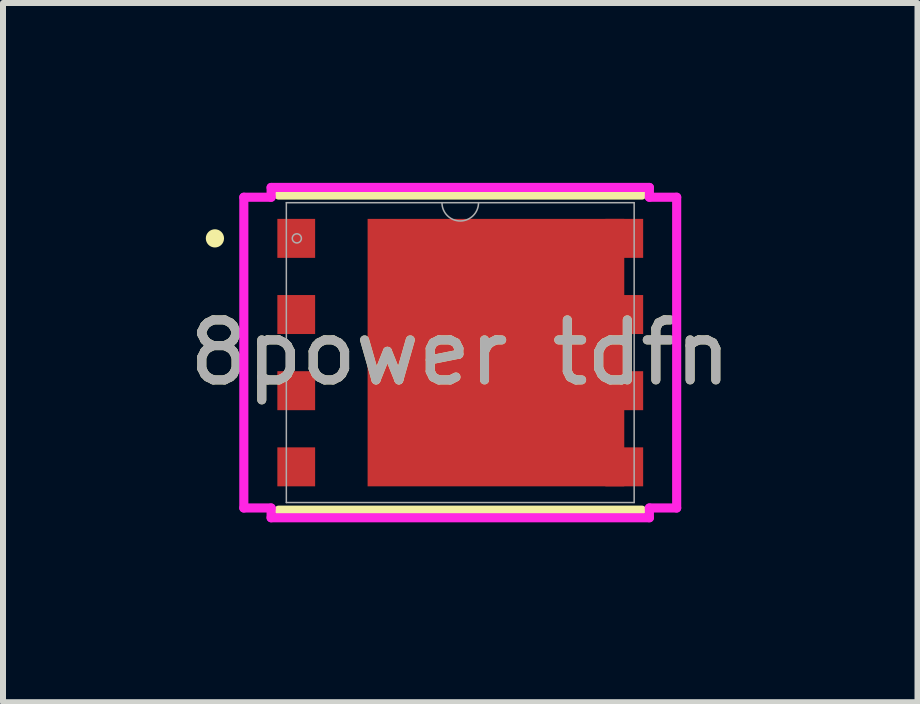
<source format=kicad_pcb>
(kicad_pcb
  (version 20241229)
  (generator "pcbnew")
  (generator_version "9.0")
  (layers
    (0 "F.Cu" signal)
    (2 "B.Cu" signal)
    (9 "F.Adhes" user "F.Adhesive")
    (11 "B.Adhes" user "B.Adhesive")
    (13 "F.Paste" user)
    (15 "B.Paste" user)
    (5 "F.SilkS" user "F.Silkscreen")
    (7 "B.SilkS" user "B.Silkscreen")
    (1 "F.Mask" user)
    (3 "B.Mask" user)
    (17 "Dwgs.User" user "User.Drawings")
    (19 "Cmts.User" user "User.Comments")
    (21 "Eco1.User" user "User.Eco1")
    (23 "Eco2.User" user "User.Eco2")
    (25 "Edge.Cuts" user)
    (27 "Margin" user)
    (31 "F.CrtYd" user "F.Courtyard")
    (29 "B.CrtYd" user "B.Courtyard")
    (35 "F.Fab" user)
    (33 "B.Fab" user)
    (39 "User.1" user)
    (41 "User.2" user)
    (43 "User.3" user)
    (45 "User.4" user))
  (footprint "8power tdfn"
    (layer "F.Cu")
    (at 4.625 2.83)
    (property "Reference" "8power tdfn" (at 0 0 0) (unlocked yes) (layer "F.SilkS") (effects (font (size 1 1) (thickness 0.15))))
    (attr smd)
    (fp_poly (pts (xy -3.12 -2.3) (xy -3.12 -1.51) (xy -2.35 -1.51) (xy -2.35 -2.3)) (stroke (width 0) (type solid)) (fill yes) (layer "F.Mask"))
    (fp_poly (pts (xy -3.12 -1.03) (xy -3.12 -0.24) (xy -2.35 -0.24) (xy -2.35 -1.03)) (stroke (width 0) (type solid)) (fill yes) (layer "F.Mask"))
    (fp_poly (pts (xy -3.12 0.24) (xy -3.12 1.03) (xy -2.35 1.03) (xy -2.35 0.24)) (stroke (width 0) (type solid)) (fill yes) (layer "F.Mask"))
    (fp_poly (pts (xy -3.12 1.51) (xy -3.12 2.3) (xy -2.35 2.3) (xy -2.35 1.51)) (stroke (width 0) (type solid)) (fill yes) (layer "F.Mask"))
    (fp_poly (pts (xy 2.35 -2.3) (xy 2.35 -1.51) (xy 3.12 -1.51) (xy 3.12 -2.3)) (stroke (width 0) (type solid)) (fill yes) (layer "F.Mask"))
    (fp_poly (pts (xy 2.35 -1.03) (xy 2.35 -0.24) (xy 3.12 -0.24) (xy 3.12 -1.03)) (stroke (width 0) (type solid)) (fill yes) (layer "F.Mask"))
    (fp_poly (pts (xy 2.35 0.24) (xy 2.35 1.03) (xy 3.12 1.03) (xy 3.12 0.24)) (stroke (width 0) (type solid)) (fill yes) (layer "F.Mask"))
    (fp_poly (pts (xy 2.35 1.51) (xy 2.35 2.3) (xy 3.12 2.3) (xy 3.12 1.51)) (stroke (width 0) (type solid)) (fill yes) (layer "F.Mask"))
    (fp_poly (pts (xy 2.745 -2.23) (xy -1.545 -2.23) (xy -1.545 0) (xy 2.745 0)) (stroke (width 0) (type solid)) (fill yes) (layer "F.Mask"))
    (fp_poly (pts (xy 2.745 2.23) (xy -1.545 2.23) (xy -1.545 0) (xy 2.745 0)) (stroke (width 0) (type solid)) (fill yes) (layer "F.Mask"))
    (fp_line (start -3.027 2.627) (end 3.027 2.627) (stroke (width 0.152) (type solid)) (layer "F.SilkS"))
    (fp_line (start 3.027 -2.627) (end -3.027 -2.627) (stroke (width 0.152) (type solid)) (layer "F.SilkS"))
    (fp_circle (center -4.091 -1.905) (end -4.015 -1.905) (stroke (width 0.152) (type solid)) (fill no) (layer "F.SilkS"))
    (fp_poly (pts (xy -0.18 -0.31) (xy -1.415 -0.31) (xy -1.415 -1.88) (xy -0.18 -1.88)) (stroke (width 0) (type solid)) (fill yes) (layer "F.Paste"))
    (fp_poly (pts (xy -0.18 0.31) (xy -1.415 0.31) (xy -1.415 1.88) (xy -0.18 1.88)) (stroke (width 0) (type solid)) (fill yes) (layer "F.Paste"))
    (fp_poly (pts (xy 0.32 -0.31) (xy 1.905 -0.31) (xy 1.905 -1.88) (xy 0.32 -1.88)) (stroke (width 0) (type solid)) (fill yes) (layer "F.Paste"))
    (fp_poly (pts (xy 0.32 0.31) (xy 1.905 0.31) (xy 1.905 1.88) (xy 0.32 1.88)) (stroke (width 0) (type solid)) (fill yes) (layer "F.Paste"))
    (fp_line (start -3.609 -2.591) (end -3.154 -2.591) (stroke (width 0.152) (type solid)) (layer "F.CrtYd"))
    (fp_line (start -3.609 2.591) (end -3.609 -2.591) (stroke (width 0.152) (type solid)) (layer "F.CrtYd"))
    (fp_line (start -3.609 2.591) (end -3.154 2.591) (stroke (width 0.152) (type solid)) (layer "F.CrtYd"))
    (fp_line (start -3.154 -2.754) (end 3.154 -2.754) (stroke (width 0.152) (type solid)) (layer "F.CrtYd"))
    (fp_line (start -3.154 -2.591) (end -3.154 -2.754) (stroke (width 0.152) (type solid)) (layer "F.CrtYd"))
    (fp_line (start -3.154 2.754) (end -3.154 2.591) (stroke (width 0.152) (type solid)) (layer "F.CrtYd"))
    (fp_line (start 3.154 -2.754) (end 3.154 -2.591) (stroke (width 0.152) (type solid)) (layer "F.CrtYd"))
    (fp_line (start 3.154 2.591) (end 3.154 2.754) (stroke (width 0.152) (type solid)) (layer "F.CrtYd"))
    (fp_line (start 3.154 2.754) (end -3.154 2.754) (stroke (width 0.152) (type solid)) (layer "F.CrtYd"))
    (fp_line (start 3.609 -2.591) (end 3.154 -2.591) (stroke (width 0.152) (type solid)) (layer "F.CrtYd"))
    (fp_line (start 3.609 -2.591) (end 3.609 2.591) (stroke (width 0.152) (type solid)) (layer "F.CrtYd"))
    (fp_line (start 3.609 2.591) (end 3.154 2.591) (stroke (width 0.152) (type solid)) (layer "F.CrtYd"))
    (fp_line (start -2.9 -2.5) (end -2.9 2.5) (stroke (width 0.025) (type solid)) (layer "F.Fab"))
    (fp_line (start -2.9 2.5) (end 2.9 2.5) (stroke (width 0.025) (type solid)) (layer "F.Fab"))
    (fp_line (start 2.9 -2.5) (end -2.9 -2.5) (stroke (width 0.025) (type solid)) (layer "F.Fab"))
    (fp_line (start 2.9 2.5) (end 2.9 -2.5) (stroke (width 0.025) (type solid)) (layer "F.Fab"))
    (fp_arc (start 0.3048 -2.5) (mid 0 -2.1952) (end -0.3048 -2.5) (stroke (width 0.0254) (type solid)) (layer "F.Fab"))
    (fp_circle (center -2.725 -1.905) (end -2.649 -1.905) (stroke (width 0.025) (type solid)) (fill no) (layer "F.Fab"))
    (fp_text user "${REFERENCE}" (at 0 0 0) (unlocked yes) (layer "F.Fab") (effects (font (size 1 1) (thickness 0.15))))
    (pad "1" smd rect (at -2.735 -1.905) (size 0.63 0.65) (layers "F.Cu" "F.Mask" "F.Paste"))
    (pad "2" smd rect (at -2.735 -0.635) (size 0.63 0.65) (layers "F.Cu" "F.Mask" "F.Paste"))
    (pad "3" smd rect (at -2.735 0.635) (size 0.63 0.65) (layers "F.Cu" "F.Mask" "F.Paste"))
    (pad "4" smd rect (at -2.735 1.905) (size 0.63 0.65) (layers "F.Cu" "F.Mask" "F.Paste"))
    (pad "5" smd rect (at 0.595 0.000001) (size 4.28 4.46) (layers "F.Cu" "F.Mask" "F.Paste"))
    (pad "5" smd rect (at 2.735 -1.905) (size 0.63 0.65) (layers "F.Cu" "F.Mask" "F.Paste"))
    (pad "5" smd rect (at 2.735 -0.635) (size 0.63 0.65) (layers "F.Cu" "F.Mask" "F.Paste"))
    (pad "5" smd rect (at 2.735 0.635) (size 0.63 0.65) (layers "F.Cu" "F.Mask" "F.Paste"))
    (pad "5" smd rect (at 2.735 1.905) (size 0.63 0.65) (layers "F.Cu" "F.Mask" "F.Paste")))
  (gr_rect
    (start -3 -3)
    (end 12.25 8.66)
    (stroke (width 0.1) (type default))
    (fill no)
    (layer "Edge.Cuts")))
</source>
